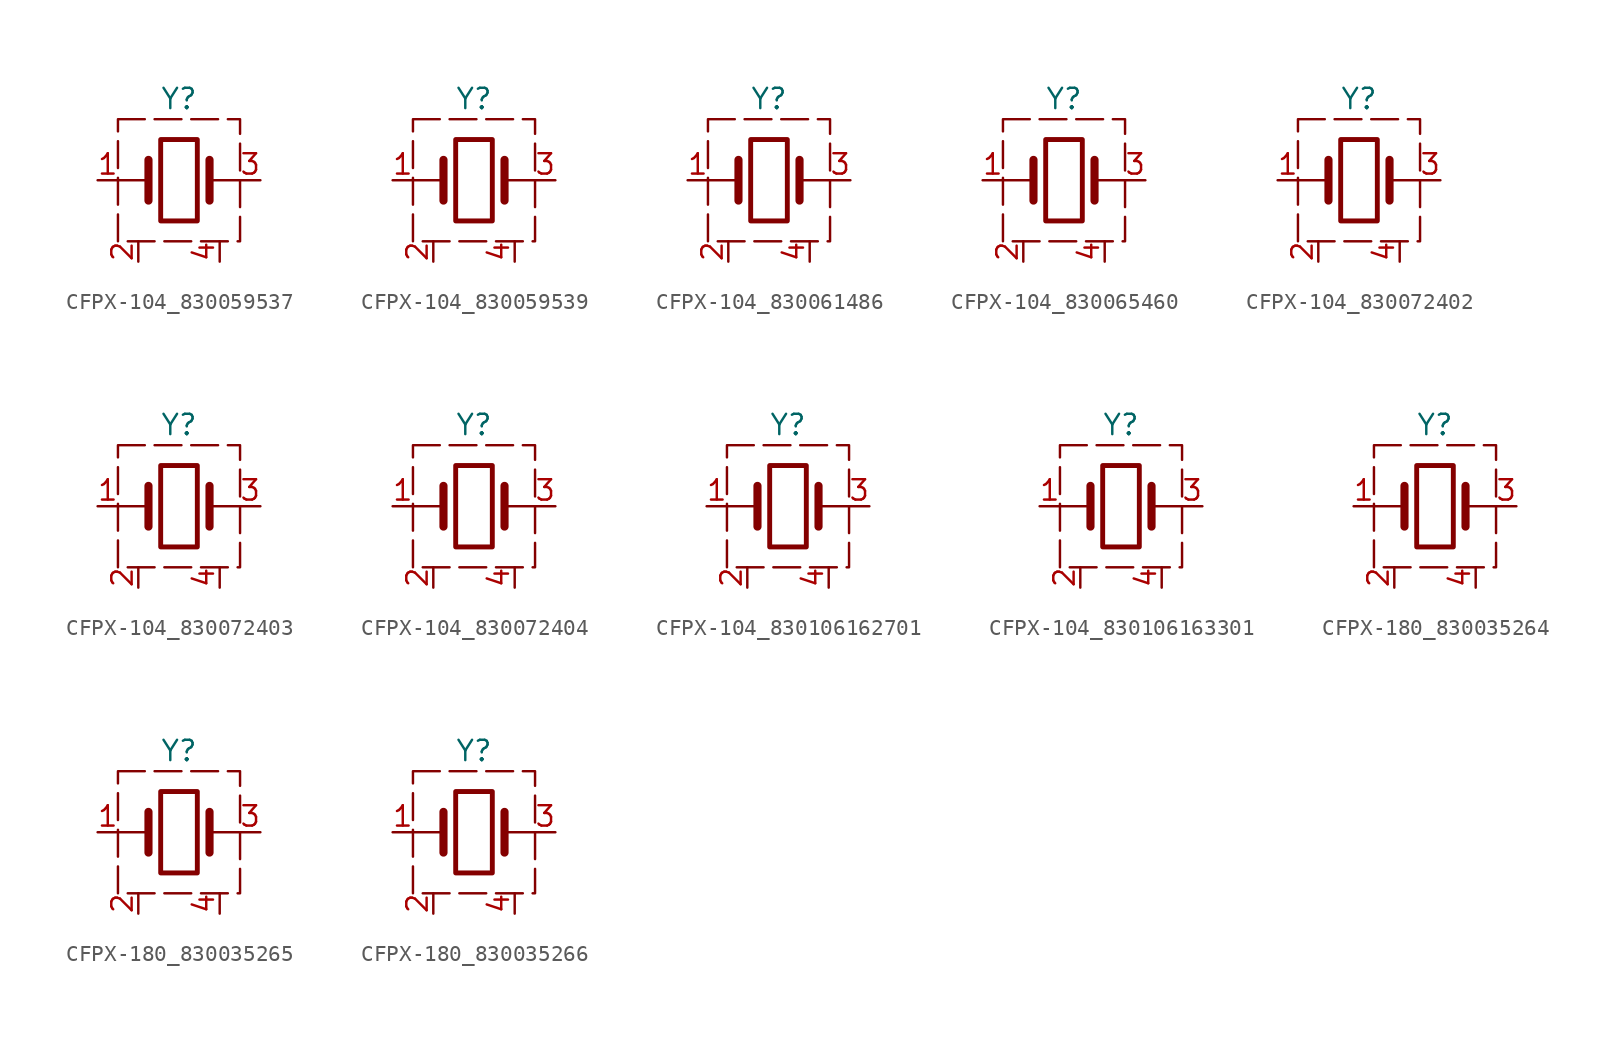
<source format=kicad_sym>
(kicad_symbol_lib
  (version 20220914)
  (generator kicad_symbol_editor)
  (symbol "CFPX-104_830059537"
    (pin_names hide)
    (property "Reference" "Y"
      (at 0 5.08 0)
      (effects (font (size 1.27 1.27))))
    (property "Critical Parameter" ""
      (at 0 -5.08 0)
      (effects (font (size 1.27 1.27)) (justify left)))
    (symbol "CFPX-104_830059537_0_1"
      (rectangle (start -1.143 2.54) (end 1.143 -2.54) (stroke (width 0.305) (type default)) (fill (type none)))
      (polyline (pts (xy -3.81 0) (xy -1.905 0)) (stroke (width 0) (type default)) (fill (type none)))
      (polyline (pts (xy -1.905 -1.27) (xy -1.905 1.27)) (stroke (width 0.508) (type default)) (fill (type none)))
      (polyline (pts (xy 1.905 -1.27) (xy 1.905 1.27)) (stroke (width 0.508) (type default)) (fill (type none)))
      (polyline (pts (xy 3.81 0) (xy 1.905 0)) (stroke (width 0) (type default)) (fill (type none))))
    (symbol "CFPX-104_830059537_1_1"
      (rectangle (start -3.81 3.81) (end 3.81 -3.81) (stroke (width 0) (type dash)) (fill (type none)))
      (pin passive line (at -5.08 0 0) (length 1.27) (name "1" (effects (font (size 1.27 1.27)))) (number "1" (effects (font (size 1.27 1.27)))))
      (pin passive line (at -2.54 -5.08 90) (length 1.27) (name "GND" (effects (font (size 1.27 1.27)))) (number "2" (effects (font (size 1.27 1.27)))))
      (pin passive line (at 5.08 0 180) (length 1.27) (name "3" (effects (font (size 1.27 1.27)))) (number "3" (effects (font (size 1.27 1.27)))))
      (pin passive line (at 2.54 -5.08 90) (length 1.27) (name "GND1" (effects (font (size 1.27 1.27)))) (number "4" (effects (font (size 1.27 1.27)))))))
  (symbol "CFPX-104_830059539"
    (pin_names hide)
    (property "Reference" "Y"
      (at 0 5.08 0)
      (effects (font (size 1.27 1.27))))
    (property "Critical Parameter" ""
      (at 0 -5.08 0)
      (effects (font (size 1.27 1.27)) (justify left)))
    (symbol "CFPX-104_830059539_0_1"
      (rectangle (start -1.143 2.54) (end 1.143 -2.54) (stroke (width 0.305) (type default)) (fill (type none)))
      (polyline (pts (xy -3.81 0) (xy -1.905 0)) (stroke (width 0) (type default)) (fill (type none)))
      (polyline (pts (xy -1.905 -1.27) (xy -1.905 1.27)) (stroke (width 0.508) (type default)) (fill (type none)))
      (polyline (pts (xy 1.905 -1.27) (xy 1.905 1.27)) (stroke (width 0.508) (type default)) (fill (type none)))
      (polyline (pts (xy 3.81 0) (xy 1.905 0)) (stroke (width 0) (type default)) (fill (type none))))
    (symbol "CFPX-104_830059539_1_1"
      (rectangle (start -3.81 3.81) (end 3.81 -3.81) (stroke (width 0) (type dash)) (fill (type none)))
      (pin passive line (at -5.08 0 0) (length 1.27) (name "1" (effects (font (size 1.27 1.27)))) (number "1" (effects (font (size 1.27 1.27)))))
      (pin passive line (at -2.54 -5.08 90) (length 1.27) (name "GND" (effects (font (size 1.27 1.27)))) (number "2" (effects (font (size 1.27 1.27)))))
      (pin passive line (at 5.08 0 180) (length 1.27) (name "3" (effects (font (size 1.27 1.27)))) (number "3" (effects (font (size 1.27 1.27)))))
      (pin passive line (at 2.54 -5.08 90) (length 1.27) (name "GND1" (effects (font (size 1.27 1.27)))) (number "4" (effects (font (size 1.27 1.27)))))))
  (symbol "CFPX-104_830061486"
    (pin_names hide)
    (property "Reference" "Y"
      (at 0 5.08 0)
      (effects (font (size 1.27 1.27))))
    (property "Critical Parameter" ""
      (at 0 -5.08 0)
      (effects (font (size 1.27 1.27)) (justify left)))
    (symbol "CFPX-104_830061486_0_1"
      (rectangle (start -1.143 2.54) (end 1.143 -2.54) (stroke (width 0.305) (type default)) (fill (type none)))
      (polyline (pts (xy -3.81 0) (xy -1.905 0)) (stroke (width 0) (type default)) (fill (type none)))
      (polyline (pts (xy -1.905 -1.27) (xy -1.905 1.27)) (stroke (width 0.508) (type default)) (fill (type none)))
      (polyline (pts (xy 1.905 -1.27) (xy 1.905 1.27)) (stroke (width 0.508) (type default)) (fill (type none)))
      (polyline (pts (xy 3.81 0) (xy 1.905 0)) (stroke (width 0) (type default)) (fill (type none))))
    (symbol "CFPX-104_830061486_1_1"
      (rectangle (start -3.81 3.81) (end 3.81 -3.81) (stroke (width 0) (type dash)) (fill (type none)))
      (pin passive line (at -5.08 0 0) (length 1.27) (name "1" (effects (font (size 1.27 1.27)))) (number "1" (effects (font (size 1.27 1.27)))))
      (pin passive line (at -2.54 -5.08 90) (length 1.27) (name "GND" (effects (font (size 1.27 1.27)))) (number "2" (effects (font (size 1.27 1.27)))))
      (pin passive line (at 5.08 0 180) (length 1.27) (name "3" (effects (font (size 1.27 1.27)))) (number "3" (effects (font (size 1.27 1.27)))))
      (pin passive line (at 2.54 -5.08 90) (length 1.27) (name "GND1" (effects (font (size 1.27 1.27)))) (number "4" (effects (font (size 1.27 1.27)))))))
  (symbol "CFPX-104_830065460"
    (pin_names hide)
    (property "Reference" "Y"
      (at 0 5.08 0)
      (effects (font (size 1.27 1.27))))
    (property "Critical Parameter" ""
      (at 0 -5.08 0)
      (effects (font (size 1.27 1.27)) (justify left)))
    (symbol "CFPX-104_830065460_0_1"
      (rectangle (start -1.143 2.54) (end 1.143 -2.54) (stroke (width 0.305) (type default)) (fill (type none)))
      (polyline (pts (xy -3.81 0) (xy -1.905 0)) (stroke (width 0) (type default)) (fill (type none)))
      (polyline (pts (xy -1.905 -1.27) (xy -1.905 1.27)) (stroke (width 0.508) (type default)) (fill (type none)))
      (polyline (pts (xy 1.905 -1.27) (xy 1.905 1.27)) (stroke (width 0.508) (type default)) (fill (type none)))
      (polyline (pts (xy 3.81 0) (xy 1.905 0)) (stroke (width 0) (type default)) (fill (type none))))
    (symbol "CFPX-104_830065460_1_1"
      (rectangle (start -3.81 3.81) (end 3.81 -3.81) (stroke (width 0) (type dash)) (fill (type none)))
      (pin passive line (at -5.08 0 0) (length 1.27) (name "1" (effects (font (size 1.27 1.27)))) (number "1" (effects (font (size 1.27 1.27)))))
      (pin passive line (at -2.54 -5.08 90) (length 1.27) (name "GND" (effects (font (size 1.27 1.27)))) (number "2" (effects (font (size 1.27 1.27)))))
      (pin passive line (at 5.08 0 180) (length 1.27) (name "3" (effects (font (size 1.27 1.27)))) (number "3" (effects (font (size 1.27 1.27)))))
      (pin passive line (at 2.54 -5.08 90) (length 1.27) (name "GND1" (effects (font (size 1.27 1.27)))) (number "4" (effects (font (size 1.27 1.27)))))))
  (symbol "CFPX-104_830072402"
    (pin_names hide)
    (property "Reference" "Y"
      (at 0 5.08 0)
      (effects (font (size 1.27 1.27))))
    (property "Critical Parameter" ""
      (at 0 -5.08 0)
      (effects (font (size 1.27 1.27)) (justify left)))
    (symbol "CFPX-104_830072402_0_1"
      (rectangle (start -1.143 2.54) (end 1.143 -2.54) (stroke (width 0.305) (type default)) (fill (type none)))
      (polyline (pts (xy -3.81 0) (xy -1.905 0)) (stroke (width 0) (type default)) (fill (type none)))
      (polyline (pts (xy -1.905 -1.27) (xy -1.905 1.27)) (stroke (width 0.508) (type default)) (fill (type none)))
      (polyline (pts (xy 1.905 -1.27) (xy 1.905 1.27)) (stroke (width 0.508) (type default)) (fill (type none)))
      (polyline (pts (xy 3.81 0) (xy 1.905 0)) (stroke (width 0) (type default)) (fill (type none))))
    (symbol "CFPX-104_830072402_1_1"
      (rectangle (start -3.81 3.81) (end 3.81 -3.81) (stroke (width 0) (type dash)) (fill (type none)))
      (pin passive line (at -5.08 0 0) (length 1.27) (name "1" (effects (font (size 1.27 1.27)))) (number "1" (effects (font (size 1.27 1.27)))))
      (pin passive line (at -2.54 -5.08 90) (length 1.27) (name "GND" (effects (font (size 1.27 1.27)))) (number "2" (effects (font (size 1.27 1.27)))))
      (pin passive line (at 5.08 0 180) (length 1.27) (name "3" (effects (font (size 1.27 1.27)))) (number "3" (effects (font (size 1.27 1.27)))))
      (pin passive line (at 2.54 -5.08 90) (length 1.27) (name "GND1" (effects (font (size 1.27 1.27)))) (number "4" (effects (font (size 1.27 1.27)))))))
  (symbol "CFPX-104_830072403"
    (pin_names hide)
    (property "Reference" "Y"
      (at 0 5.08 0)
      (effects (font (size 1.27 1.27))))
    (property "Critical Parameter" ""
      (at 0 -5.08 0)
      (effects (font (size 1.27 1.27)) (justify left)))
    (symbol "CFPX-104_830072403_0_1"
      (rectangle (start -1.143 2.54) (end 1.143 -2.54) (stroke (width 0.305) (type default)) (fill (type none)))
      (polyline (pts (xy -3.81 0) (xy -1.905 0)) (stroke (width 0) (type default)) (fill (type none)))
      (polyline (pts (xy -1.905 -1.27) (xy -1.905 1.27)) (stroke (width 0.508) (type default)) (fill (type none)))
      (polyline (pts (xy 1.905 -1.27) (xy 1.905 1.27)) (stroke (width 0.508) (type default)) (fill (type none)))
      (polyline (pts (xy 3.81 0) (xy 1.905 0)) (stroke (width 0) (type default)) (fill (type none))))
    (symbol "CFPX-104_830072403_1_1"
      (rectangle (start -3.81 3.81) (end 3.81 -3.81) (stroke (width 0) (type dash)) (fill (type none)))
      (pin passive line (at -5.08 0 0) (length 1.27) (name "1" (effects (font (size 1.27 1.27)))) (number "1" (effects (font (size 1.27 1.27)))))
      (pin passive line (at -2.54 -5.08 90) (length 1.27) (name "GND" (effects (font (size 1.27 1.27)))) (number "2" (effects (font (size 1.27 1.27)))))
      (pin passive line (at 5.08 0 180) (length 1.27) (name "3" (effects (font (size 1.27 1.27)))) (number "3" (effects (font (size 1.27 1.27)))))
      (pin passive line (at 2.54 -5.08 90) (length 1.27) (name "GND1" (effects (font (size 1.27 1.27)))) (number "4" (effects (font (size 1.27 1.27)))))))
  (symbol "CFPX-104_830072404"
    (pin_names hide)
    (property "Reference" "Y"
      (at 0 5.08 0)
      (effects (font (size 1.27 1.27))))
    (property "Critical Parameter" ""
      (at 0 -5.08 0)
      (effects (font (size 1.27 1.27)) (justify left)))
    (symbol "CFPX-104_830072404_0_1"
      (rectangle (start -1.143 2.54) (end 1.143 -2.54) (stroke (width 0.305) (type default)) (fill (type none)))
      (polyline (pts (xy -3.81 0) (xy -1.905 0)) (stroke (width 0) (type default)) (fill (type none)))
      (polyline (pts (xy -1.905 -1.27) (xy -1.905 1.27)) (stroke (width 0.508) (type default)) (fill (type none)))
      (polyline (pts (xy 1.905 -1.27) (xy 1.905 1.27)) (stroke (width 0.508) (type default)) (fill (type none)))
      (polyline (pts (xy 3.81 0) (xy 1.905 0)) (stroke (width 0) (type default)) (fill (type none))))
    (symbol "CFPX-104_830072404_1_1"
      (rectangle (start -3.81 3.81) (end 3.81 -3.81) (stroke (width 0) (type dash)) (fill (type none)))
      (pin passive line (at -5.08 0 0) (length 1.27) (name "1" (effects (font (size 1.27 1.27)))) (number "1" (effects (font (size 1.27 1.27)))))
      (pin passive line (at -2.54 -5.08 90) (length 1.27) (name "GND" (effects (font (size 1.27 1.27)))) (number "2" (effects (font (size 1.27 1.27)))))
      (pin passive line (at 5.08 0 180) (length 1.27) (name "3" (effects (font (size 1.27 1.27)))) (number "3" (effects (font (size 1.27 1.27)))))
      (pin passive line (at 2.54 -5.08 90) (length 1.27) (name "GND1" (effects (font (size 1.27 1.27)))) (number "4" (effects (font (size 1.27 1.27)))))))
  (symbol "CFPX-104_830106162701"
    (pin_names hide)
    (property "Reference" "Y"
      (at 0 5.08 0)
      (effects (font (size 1.27 1.27))))
    (property "Critical Parameter" ""
      (at 0 -5.08 0)
      (effects (font (size 1.27 1.27)) (justify left)))
    (symbol "CFPX-104_830106162701_0_1"
      (rectangle (start -1.143 2.54) (end 1.143 -2.54) (stroke (width 0.305) (type default)) (fill (type none)))
      (polyline (pts (xy -3.81 0) (xy -1.905 0)) (stroke (width 0) (type default)) (fill (type none)))
      (polyline (pts (xy -1.905 -1.27) (xy -1.905 1.27)) (stroke (width 0.508) (type default)) (fill (type none)))
      (polyline (pts (xy 1.905 -1.27) (xy 1.905 1.27)) (stroke (width 0.508) (type default)) (fill (type none)))
      (polyline (pts (xy 3.81 0) (xy 1.905 0)) (stroke (width 0) (type default)) (fill (type none))))
    (symbol "CFPX-104_830106162701_1_1"
      (rectangle (start -3.81 3.81) (end 3.81 -3.81) (stroke (width 0) (type dash)) (fill (type none)))
      (pin passive line (at -5.08 0 0) (length 1.27) (name "1" (effects (font (size 1.27 1.27)))) (number "1" (effects (font (size 1.27 1.27)))))
      (pin passive line (at -2.54 -5.08 90) (length 1.27) (name "GND" (effects (font (size 1.27 1.27)))) (number "2" (effects (font (size 1.27 1.27)))))
      (pin passive line (at 5.08 0 180) (length 1.27) (name "3" (effects (font (size 1.27 1.27)))) (number "3" (effects (font (size 1.27 1.27)))))
      (pin passive line (at 2.54 -5.08 90) (length 1.27) (name "GND1" (effects (font (size 1.27 1.27)))) (number "4" (effects (font (size 1.27 1.27)))))))
  (symbol "CFPX-104_830106163301"
    (pin_names hide)
    (property "Reference" "Y"
      (at 0 5.08 0)
      (effects (font (size 1.27 1.27))))
    (property "Critical Parameter" ""
      (at 0 -5.08 0)
      (effects (font (size 1.27 1.27)) (justify left)))
    (symbol "CFPX-104_830106163301_0_1"
      (rectangle (start -1.143 2.54) (end 1.143 -2.54) (stroke (width 0.305) (type default)) (fill (type none)))
      (polyline (pts (xy -3.81 0) (xy -1.905 0)) (stroke (width 0) (type default)) (fill (type none)))
      (polyline (pts (xy -1.905 -1.27) (xy -1.905 1.27)) (stroke (width 0.508) (type default)) (fill (type none)))
      (polyline (pts (xy 1.905 -1.27) (xy 1.905 1.27)) (stroke (width 0.508) (type default)) (fill (type none)))
      (polyline (pts (xy 3.81 0) (xy 1.905 0)) (stroke (width 0) (type default)) (fill (type none))))
    (symbol "CFPX-104_830106163301_1_1"
      (rectangle (start -3.81 3.81) (end 3.81 -3.81) (stroke (width 0) (type dash)) (fill (type none)))
      (pin passive line (at -5.08 0 0) (length 1.27) (name "1" (effects (font (size 1.27 1.27)))) (number "1" (effects (font (size 1.27 1.27)))))
      (pin passive line (at -2.54 -5.08 90) (length 1.27) (name "GND" (effects (font (size 1.27 1.27)))) (number "2" (effects (font (size 1.27 1.27)))))
      (pin passive line (at 5.08 0 180) (length 1.27) (name "3" (effects (font (size 1.27 1.27)))) (number "3" (effects (font (size 1.27 1.27)))))
      (pin passive line (at 2.54 -5.08 90) (length 1.27) (name "GND1" (effects (font (size 1.27 1.27)))) (number "4" (effects (font (size 1.27 1.27)))))))
  (symbol "CFPX-180_830035264"
    (pin_names hide)
    (property "Reference" "Y"
      (at 0 5.08 0)
      (effects (font (size 1.27 1.27))))
    (property "Critical Parameter" ""
      (at 0 -5.08 0)
      (effects (font (size 1.27 1.27)) (justify left)))
    (symbol "CFPX-180_830035264_0_1"
      (rectangle (start -1.143 2.54) (end 1.143 -2.54) (stroke (width 0.305) (type default)) (fill (type none)))
      (polyline (pts (xy -3.81 0) (xy -1.905 0)) (stroke (width 0) (type default)) (fill (type none)))
      (polyline (pts (xy -1.905 -1.27) (xy -1.905 1.27)) (stroke (width 0.508) (type default)) (fill (type none)))
      (polyline (pts (xy 1.905 -1.27) (xy 1.905 1.27)) (stroke (width 0.508) (type default)) (fill (type none)))
      (polyline (pts (xy 3.81 0) (xy 1.905 0)) (stroke (width 0) (type default)) (fill (type none))))
    (symbol "CFPX-180_830035264_1_1"
      (rectangle (start -3.81 3.81) (end 3.81 -3.81) (stroke (width 0) (type dash)) (fill (type none)))
      (pin passive line (at -5.08 0 0) (length 1.27) (name "1" (effects (font (size 1.27 1.27)))) (number "1" (effects (font (size 1.27 1.27)))))
      (pin passive line (at -2.54 -5.08 90) (length 1.27) (name "GND" (effects (font (size 1.27 1.27)))) (number "2" (effects (font (size 1.27 1.27)))))
      (pin passive line (at 5.08 0 180) (length 1.27) (name "3" (effects (font (size 1.27 1.27)))) (number "3" (effects (font (size 1.27 1.27)))))
      (pin passive line (at 2.54 -5.08 90) (length 1.27) (name "GND1" (effects (font (size 1.27 1.27)))) (number "4" (effects (font (size 1.27 1.27)))))))
  (symbol "CFPX-180_830035265"
    (pin_names hide)
    (property "Reference" "Y"
      (at 0 5.08 0)
      (effects (font (size 1.27 1.27))))
    (property "Critical Parameter" ""
      (at 0 -5.08 0)
      (effects (font (size 1.27 1.27)) (justify left)))
    (symbol "CFPX-180_830035265_0_1"
      (rectangle (start -1.143 2.54) (end 1.143 -2.54) (stroke (width 0.305) (type default)) (fill (type none)))
      (polyline (pts (xy -3.81 0) (xy -1.905 0)) (stroke (width 0) (type default)) (fill (type none)))
      (polyline (pts (xy -1.905 -1.27) (xy -1.905 1.27)) (stroke (width 0.508) (type default)) (fill (type none)))
      (polyline (pts (xy 1.905 -1.27) (xy 1.905 1.27)) (stroke (width 0.508) (type default)) (fill (type none)))
      (polyline (pts (xy 3.81 0) (xy 1.905 0)) (stroke (width 0) (type default)) (fill (type none))))
    (symbol "CFPX-180_830035265_1_1"
      (rectangle (start -3.81 3.81) (end 3.81 -3.81) (stroke (width 0) (type dash)) (fill (type none)))
      (pin passive line (at -5.08 0 0) (length 1.27) (name "1" (effects (font (size 1.27 1.27)))) (number "1" (effects (font (size 1.27 1.27)))))
      (pin passive line (at -2.54 -5.08 90) (length 1.27) (name "GND" (effects (font (size 1.27 1.27)))) (number "2" (effects (font (size 1.27 1.27)))))
      (pin passive line (at 5.08 0 180) (length 1.27) (name "3" (effects (font (size 1.27 1.27)))) (number "3" (effects (font (size 1.27 1.27)))))
      (pin passive line (at 2.54 -5.08 90) (length 1.27) (name "GND1" (effects (font (size 1.27 1.27)))) (number "4" (effects (font (size 1.27 1.27)))))))
  (symbol "CFPX-180_830035266"
    (pin_names hide)
    (property "Reference" "Y"
      (at 0 5.08 0)
      (effects (font (size 1.27 1.27))))
    (property "Critical Parameter" ""
      (at 0 -5.08 0)
      (effects (font (size 1.27 1.27)) (justify left)))
    (symbol "CFPX-180_830035266_0_1"
      (rectangle (start -1.143 2.54) (end 1.143 -2.54) (stroke (width 0.305) (type default)) (fill (type none)))
      (polyline (pts (xy -3.81 0) (xy -1.905 0)) (stroke (width 0) (type default)) (fill (type none)))
      (polyline (pts (xy -1.905 -1.27) (xy -1.905 1.27)) (stroke (width 0.508) (type default)) (fill (type none)))
      (polyline (pts (xy 1.905 -1.27) (xy 1.905 1.27)) (stroke (width 0.508) (type default)) (fill (type none)))
      (polyline (pts (xy 3.81 0) (xy 1.905 0)) (stroke (width 0) (type default)) (fill (type none))))
    (symbol "CFPX-180_830035266_1_1"
      (rectangle (start -3.81 3.81) (end 3.81 -3.81) (stroke (width 0) (type dash)) (fill (type none)))
      (pin passive line (at -5.08 0 0) (length 1.27) (name "1" (effects (font (size 1.27 1.27)))) (number "1" (effects (font (size 1.27 1.27)))))
      (pin passive line (at -2.54 -5.08 90) (length 1.27) (name "GND" (effects (font (size 1.27 1.27)))) (number "2" (effects (font (size 1.27 1.27)))))
      (pin passive line (at 5.08 0 180) (length 1.27) (name "3" (effects (font (size 1.27 1.27)))) (number "3" (effects (font (size 1.27 1.27)))))
      (pin passive line (at 2.54 -5.08 90) (length 1.27) (name "GND1" (effects (font (size 1.27 1.27)))) (number "4" (effects (font (size 1.27 1.27))))))))
</source>
